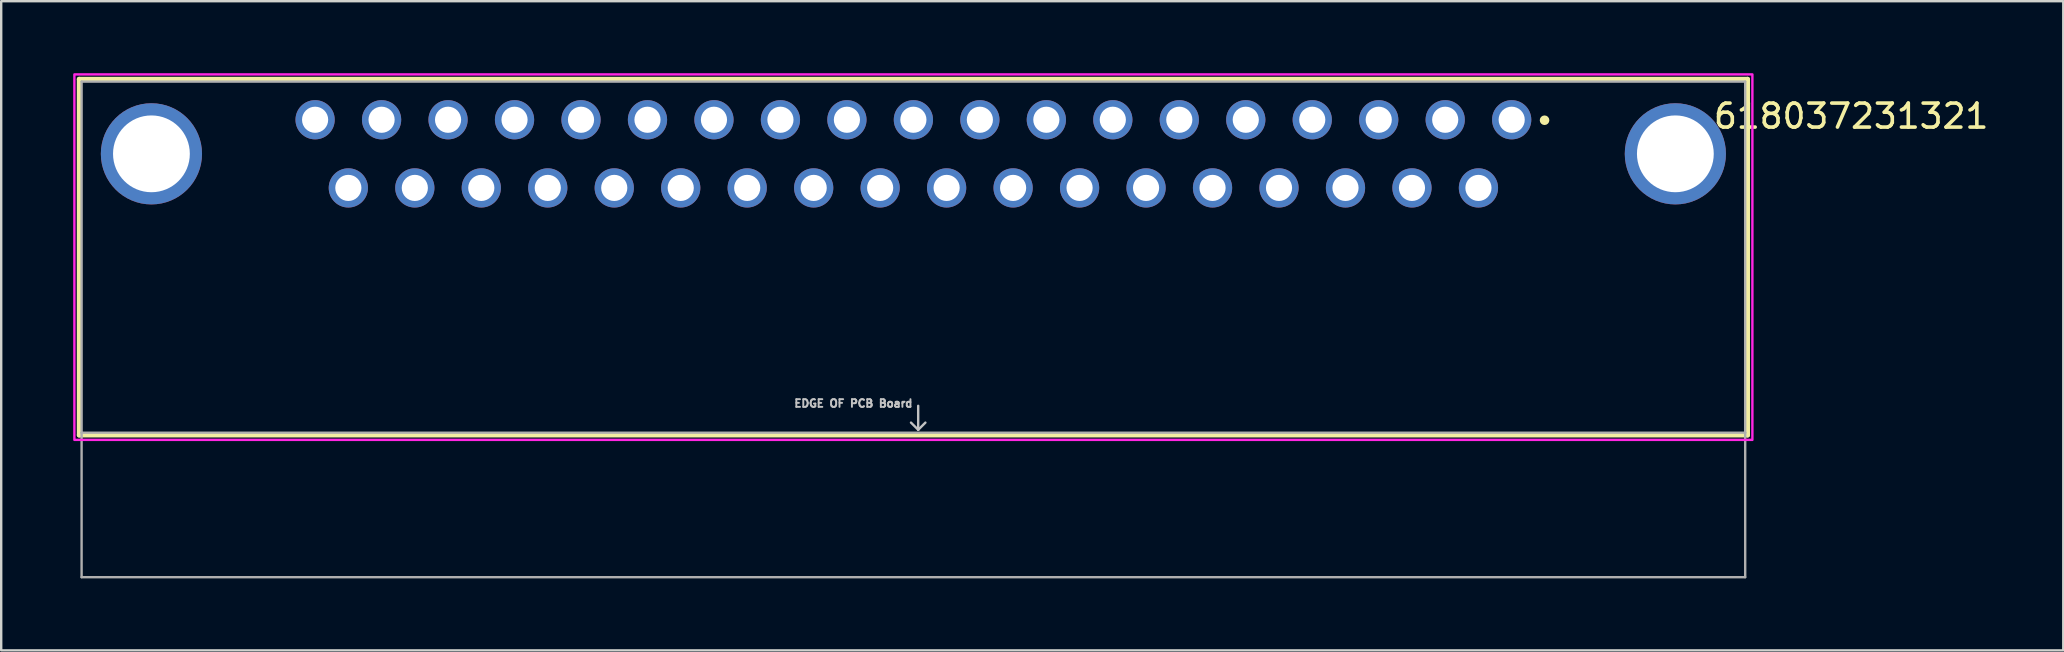
<source format=kicad_pcb>
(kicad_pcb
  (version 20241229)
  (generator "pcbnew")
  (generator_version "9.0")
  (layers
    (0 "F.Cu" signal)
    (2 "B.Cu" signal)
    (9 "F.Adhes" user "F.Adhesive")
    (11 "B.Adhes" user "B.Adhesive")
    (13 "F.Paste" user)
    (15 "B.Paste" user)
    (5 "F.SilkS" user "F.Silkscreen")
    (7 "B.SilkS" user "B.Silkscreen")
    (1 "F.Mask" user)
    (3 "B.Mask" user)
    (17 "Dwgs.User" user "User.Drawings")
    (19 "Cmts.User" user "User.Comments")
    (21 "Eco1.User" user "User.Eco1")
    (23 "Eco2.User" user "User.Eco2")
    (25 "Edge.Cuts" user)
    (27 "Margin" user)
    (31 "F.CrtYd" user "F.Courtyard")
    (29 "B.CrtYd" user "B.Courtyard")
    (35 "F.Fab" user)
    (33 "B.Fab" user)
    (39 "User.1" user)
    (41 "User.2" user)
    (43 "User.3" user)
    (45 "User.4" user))
  (footprint "618037231321"
    (layer "F.Cu")
    (at 35.01 10.675)
    (property "Reference" "618037231321" (at 39.075 -8.885 0) (layer "F.SilkS") (effects (font (size 1 1) (thickness 0.15))))
    (attr through_hole)
    (fp_line (start -34.76 -10.425) (end 34.76 -10.425) (stroke (width 0.2) (type solid)) (layer "F.SilkS"))
    (fp_line (start -34.76 4.405) (end -34.76 -10.425) (stroke (width 0.2) (type solid)) (layer "F.SilkS"))
    (fp_line (start 34.76 -10.425) (end 34.76 4.405) (stroke (width 0.2) (type solid)) (layer "F.SilkS"))
    (fp_line (start 34.76 4.405) (end -34.76 4.405) (stroke (width 0.2) (type solid)) (layer "F.SilkS"))
    (fp_circle (center 26.3 -8.715) (end 26.4 -8.715) (stroke (width 0.2) (type solid)) (fill no) (layer "F.SilkS"))
    (fp_line (start 0.2 3.185) (end 0.2 4.185) (stroke (width 0.1) (type solid)) (layer "Dwgs.User"))
    (fp_line (start 0.2 4.185) (end -0.1 3.885) (stroke (width 0.1) (type solid)) (layer "Dwgs.User"))
    (fp_line (start 0.2 4.185) (end 0.5 3.885) (stroke (width 0.1) (type solid)) (layer "Dwgs.User"))
    (fp_poly (pts (xy -34.96 -10.625) (xy 34.96 -10.625) (xy 34.96 4.605) (xy -34.96 4.605)) (stroke (width 0.1) (type solid)) (fill no) (layer "F.CrtYd"))
    (fp_line (start -34.66 -10.325) (end 34.66 -10.325) (stroke (width 0.1) (type solid)) (layer "F.Fab"))
    (fp_line (start -34.66 4.305) (end -34.66 -10.325) (stroke (width 0.1) (type solid)) (layer "F.Fab"))
    (fp_line (start -34.66 10.325) (end -34.66 4.305) (stroke (width 0.1) (type solid)) (layer "F.Fab"))
    (fp_line (start 34.66 -10.325) (end 34.66 4.305) (stroke (width 0.1) (type solid)) (layer "F.Fab"))
    (fp_line (start 34.66 4.305) (end -34.66 4.305) (stroke (width 0.1) (type solid)) (layer "F.Fab"))
    (fp_line (start 34.66 4.305) (end 34.66 10.325) (stroke (width 0.1) (type solid)) (layer "F.Fab"))
    (fp_line (start 34.66 10.325) (end -34.66 10.325) (stroke (width 0.1) (type solid)) (layer "F.Fab"))
    (fp_text user "EDGE OF PCB Board" (at -2.5 3.085 0) (layer "Dwgs.User") (effects (font (size 0.32 0.32) (thickness 0.15))))
    (pad "1" thru_hole circle (at 24.93 -8.735) (size 1.635 1.635) (drill 1.09) (layers "*.Cu" "*.Mask"))
    (pad "2" thru_hole circle (at 22.16 -8.735) (size 1.635 1.635) (drill 1.09) (layers "*.Cu" "*.Mask"))
    (pad "3" thru_hole circle (at 19.39 -8.735) (size 1.635 1.635) (drill 1.09) (layers "*.Cu" "*.Mask"))
    (pad "4" thru_hole circle (at 16.62 -8.735) (size 1.635 1.635) (drill 1.09) (layers "*.Cu" "*.Mask"))
    (pad "5" thru_hole circle (at 13.85 -8.735) (size 1.635 1.635) (drill 1.09) (layers "*.Cu" "*.Mask"))
    (pad "6" thru_hole circle (at 11.08 -8.735) (size 1.635 1.635) (drill 1.09) (layers "*.Cu" "*.Mask"))
    (pad "7" thru_hole circle (at 8.31 -8.735) (size 1.635 1.635) (drill 1.09) (layers "*.Cu" "*.Mask"))
    (pad "8" thru_hole circle (at 5.54 -8.735) (size 1.635 1.635) (drill 1.09) (layers "*.Cu" "*.Mask"))
    (pad "9" thru_hole circle (at 2.77 -8.735) (size 1.635 1.635) (drill 1.09) (layers "*.Cu" "*.Mask"))
    (pad "10" thru_hole circle (at 0 -8.735) (size 1.635 1.635) (drill 1.09) (layers "*.Cu" "*.Mask"))
    (pad "11" thru_hole circle (at -2.77 -8.735) (size 1.635 1.635) (drill 1.09) (layers "*.Cu" "*.Mask"))
    (pad "12" thru_hole circle (at -5.54 -8.735) (size 1.635 1.635) (drill 1.09) (layers "*.Cu" "*.Mask"))
    (pad "13" thru_hole circle (at -8.31 -8.735) (size 1.635 1.635) (drill 1.09) (layers "*.Cu" "*.Mask"))
    (pad "14" thru_hole circle (at -11.08 -8.735) (size 1.635 1.635) (drill 1.09) (layers "*.Cu" "*.Mask"))
    (pad "15" thru_hole circle (at -13.85 -8.735) (size 1.635 1.635) (drill 1.09) (layers "*.Cu" "*.Mask"))
    (pad "16" thru_hole circle (at -16.62 -8.735) (size 1.635 1.635) (drill 1.09) (layers "*.Cu" "*.Mask"))
    (pad "17" thru_hole circle (at -19.39 -8.735) (size 1.635 1.635) (drill 1.09) (layers "*.Cu" "*.Mask"))
    (pad "18" thru_hole circle (at -22.16 -8.735) (size 1.635 1.635) (drill 1.09) (layers "*.Cu" "*.Mask"))
    (pad "19" thru_hole circle (at -24.93 -8.735) (size 1.635 1.635) (drill 1.09) (layers "*.Cu" "*.Mask"))
    (pad "20" thru_hole circle (at 23.545 -5.895) (size 1.635 1.635) (drill 1.09) (layers "*.Cu" "*.Mask"))
    (pad "21" thru_hole circle (at 20.775 -5.895) (size 1.635 1.635) (drill 1.09) (layers "*.Cu" "*.Mask"))
    (pad "22" thru_hole circle (at 18.005 -5.895) (size 1.635 1.635) (drill 1.09) (layers "*.Cu" "*.Mask"))
    (pad "23" thru_hole circle (at 15.235 -5.895) (size 1.635 1.635) (drill 1.09) (layers "*.Cu" "*.Mask"))
    (pad "24" thru_hole circle (at 12.465 -5.895) (size 1.635 1.635) (drill 1.09) (layers "*.Cu" "*.Mask"))
    (pad "25" thru_hole circle (at 9.695 -5.895) (size 1.635 1.635) (drill 1.09) (layers "*.Cu" "*.Mask"))
    (pad "26" thru_hole circle (at 6.925 -5.895) (size 1.635 1.635) (drill 1.09) (layers "*.Cu" "*.Mask"))
    (pad "27" thru_hole circle (at 4.155 -5.895) (size 1.635 1.635) (drill 1.09) (layers "*.Cu" "*.Mask"))
    (pad "28" thru_hole circle (at 1.385 -5.895) (size 1.635 1.635) (drill 1.09) (layers "*.Cu" "*.Mask"))
    (pad "29" thru_hole circle (at -1.385 -5.895) (size 1.635 1.635) (drill 1.09) (layers "*.Cu" "*.Mask"))
    (pad "30" thru_hole circle (at -4.155 -5.895) (size 1.635 1.635) (drill 1.09) (layers "*.Cu" "*.Mask"))
    (pad "31" thru_hole circle (at -6.925 -5.895) (size 1.635 1.635) (drill 1.09) (layers "*.Cu" "*.Mask"))
    (pad "32" thru_hole circle (at -9.695 -5.895) (size 1.635 1.635) (drill 1.09) (layers "*.Cu" "*.Mask"))
    (pad "33" thru_hole circle (at -12.465 -5.895) (size 1.635 1.635) (drill 1.09) (layers "*.Cu" "*.Mask"))
    (pad "34" thru_hole circle (at -15.235 -5.895) (size 1.635 1.635) (drill 1.09) (layers "*.Cu" "*.Mask"))
    (pad "35" thru_hole circle (at -18.005 -5.895) (size 1.635 1.635) (drill 1.09) (layers "*.Cu" "*.Mask"))
    (pad "36" thru_hole circle (at -20.775 -5.895) (size 1.635 1.635) (drill 1.09) (layers "*.Cu" "*.Mask"))
    (pad "37" thru_hole circle (at -23.545 -5.895) (size 1.635 1.635) (drill 1.09) (layers "*.Cu" "*.Mask"))
    (pad "S1" thru_hole circle (at -31.75 -7.315) (size 4.216 4.216) (drill 3.2) (layers "*.Cu" "*.Mask"))
    (pad "S2" thru_hole circle (at 31.75 -7.315) (size 4.216 4.216) (drill 3.2) (layers "*.Cu" "*.Mask")))
  (gr_rect
    (start -3 -3)
    (end 82.924 24.05)
    (stroke (width 0.1) (type default))
    (fill no)
    (layer "Edge.Cuts")))
</source>
